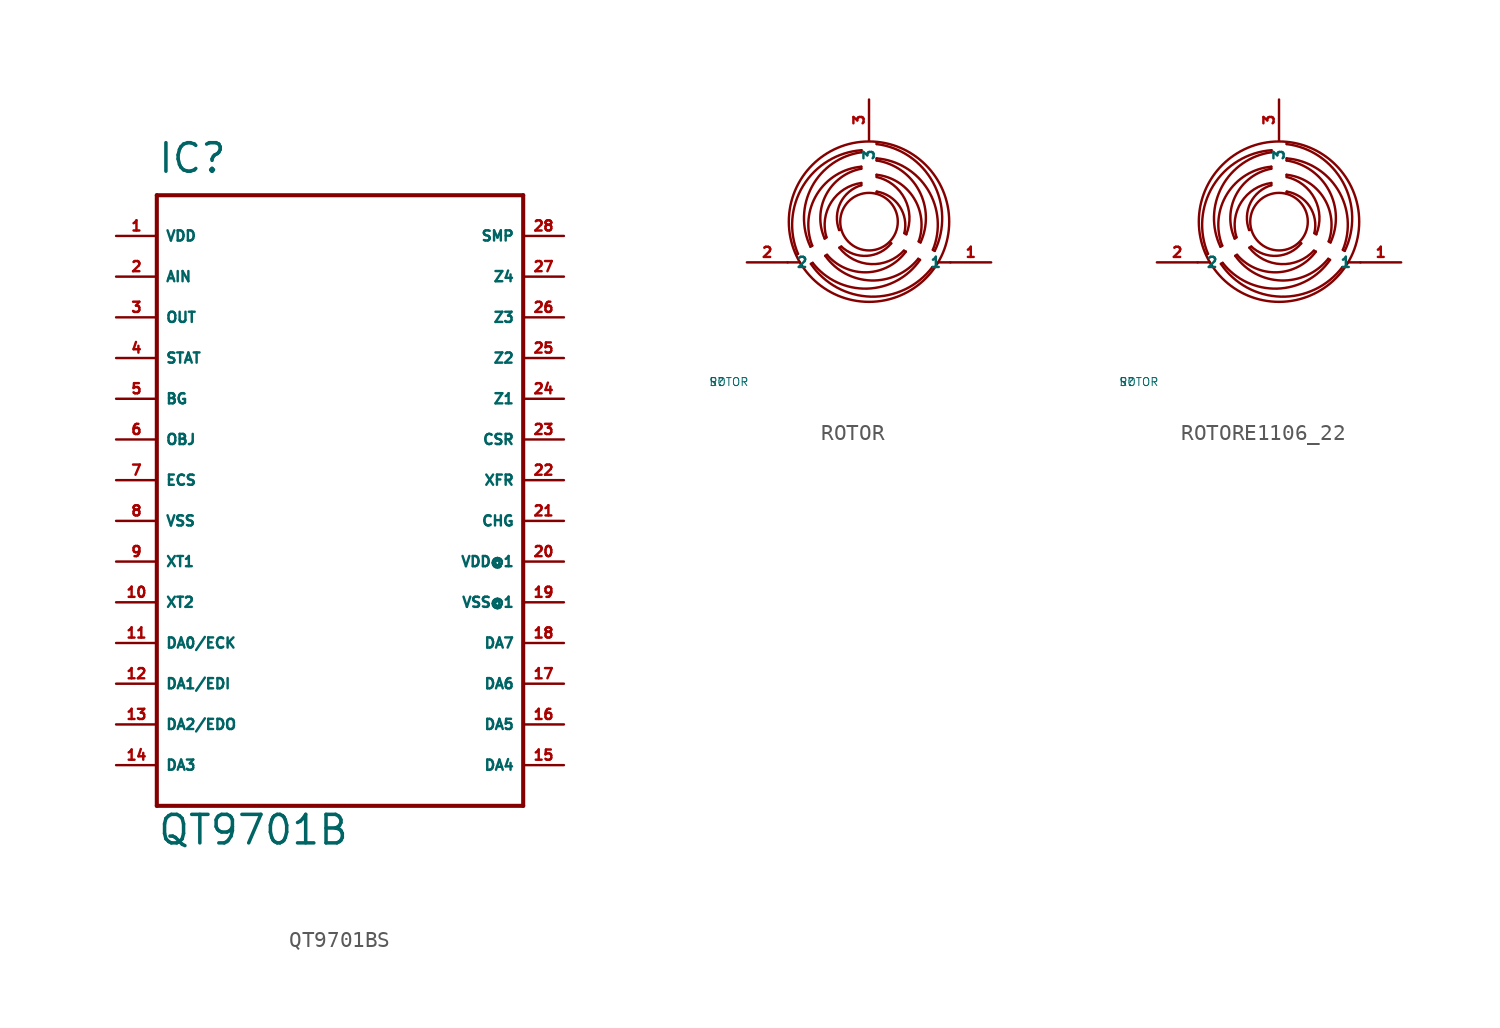
<source format=kicad_sym>
(kicad_symbol_lib
  (version 20220914)
  (generator Eagle2Kicad)
  (symbol "QT9701BS"
    (property "Reference" "IC"
      (at -10.16 19.05 0)
      (effects (font (size 1.778 1.778) (thickness 0.22)) (justify left bottom)))
    (property "Value" "QT9701B"
      (at -10.16 -22.86 0)
      (effects (font (size 1.778 1.778) (thickness 0.22)) (justify left bottom)))
    (polyline
      (pts (xy -10.16 17.78) (xy 12.7 17.78))
      (stroke (width 0.254) (type default))
      (fill (type none)))
    (polyline
      (pts (xy 12.7 17.78) (xy 12.7 -20.32))
      (stroke (width 0.254) (type default))
      (fill (type none)))
    (polyline
      (pts (xy 12.7 -20.32) (xy -10.16 -20.32))
      (stroke (width 0.254) (type default))
      (fill (type none)))
    (polyline
      (pts (xy -10.16 -20.32) (xy -10.16 17.78))
      (stroke (width 0.254) (type default))
      (fill (type none)))
    (pin input line
      (at -12.7 15.24 0)
      (length 2.54)
      (name "VDD" (effects (font (size 0.635 0.635) (thickness 0.08)) (justify left bottom)))
      (number "1" (effects (font (size 0.635 0.635) (thickness 0.08)) (justify left bottom))))
    (pin input line
      (at -12.7 12.7 0)
      (length 2.54)
      (name "AIN" (effects (font (size 0.635 0.635) (thickness 0.08)) (justify left bottom)))
      (number "2" (effects (font (size 0.635 0.635) (thickness 0.08)) (justify left bottom))))
    (pin output line
      (at -12.7 10.16 0)
      (length 2.54)
      (name "OUT" (effects (font (size 0.635 0.635) (thickness 0.08)) (justify left bottom)))
      (number "3" (effects (font (size 0.635 0.635) (thickness 0.08)) (justify left bottom))))
    (pin output line
      (at -12.7 7.62 0)
      (length 2.54)
      (name "STAT" (effects (font (size 0.635 0.635) (thickness 0.08)) (justify left bottom)))
      (number "4" (effects (font (size 0.635 0.635) (thickness 0.08)) (justify left bottom))))
    (pin input line
      (at -12.7 5.08 0)
      (length 2.54)
      (name "BG" (effects (font (size 0.635 0.635) (thickness 0.08)) (justify left bottom)))
      (number "5" (effects (font (size 0.635 0.635) (thickness 0.08)) (justify left bottom))))
    (pin input line
      (at -12.7 2.54 0)
      (length 2.54)
      (name "OBJ" (effects (font (size 0.635 0.635) (thickness 0.08)) (justify left bottom)))
      (number "6" (effects (font (size 0.635 0.635) (thickness 0.08)) (justify left bottom))))
    (pin output line
      (at -12.7 0 0)
      (length 2.54)
      (name "ECS" (effects (font (size 0.635 0.635) (thickness 0.08)) (justify left bottom)))
      (number "7" (effects (font (size 0.635 0.635) (thickness 0.08)) (justify left bottom))))
    (pin input line
      (at -12.7 -2.54 0)
      (length 2.54)
      (name "VSS" (effects (font (size 0.635 0.635) (thickness 0.08)) (justify left bottom)))
      (number "8" (effects (font (size 0.635 0.635) (thickness 0.08)) (justify left bottom))))
    (pin input line
      (at -12.7 -5.08 0)
      (length 2.54)
      (name "XT1" (effects (font (size 0.635 0.635) (thickness 0.08)) (justify left bottom)))
      (number "9" (effects (font (size 0.635 0.635) (thickness 0.08)) (justify left bottom))))
    (pin output line
      (at -12.7 -7.62 0)
      (length 2.54)
      (name "XT2" (effects (font (size 0.635 0.635) (thickness 0.08)) (justify left bottom)))
      (number "10" (effects (font (size 0.635 0.635) (thickness 0.08)) (justify left bottom))))
    (pin output line
      (at -12.7 -12.7 0)
      (length 2.54)
      (name "DA1/EDI" (effects (font (size 0.635 0.635) (thickness 0.08)) (justify left bottom)))
      (number "12" (effects (font (size 0.635 0.635) (thickness 0.08)) (justify left bottom))))
    (pin output line
      (at -12.7 -15.24 0)
      (length 2.54)
      (name "DA2/EDO" (effects (font (size 0.635 0.635) (thickness 0.08)) (justify left bottom)))
      (number "13" (effects (font (size 0.635 0.635) (thickness 0.08)) (justify left bottom))))
    (pin output line
      (at -12.7 -17.78 0)
      (length 2.54)
      (name "DA3" (effects (font (size 0.635 0.635) (thickness 0.08)) (justify left bottom)))
      (number "14" (effects (font (size 0.635 0.635) (thickness 0.08)) (justify left bottom))))
    (pin output line
      (at -12.7 -10.16 0)
      (length 2.54)
      (name "DA0/ECK" (effects (font (size 0.635 0.635) (thickness 0.08)) (justify left bottom)))
      (number "11" (effects (font (size 0.635 0.635) (thickness 0.08)) (justify left bottom))))
    (pin output line
      (at 15.24 -17.78 180)
      (length 2.54)
      (name "DA4" (effects (font (size 0.635 0.635) (thickness 0.08)) (justify left bottom)))
      (number "15" (effects (font (size 0.635 0.635) (thickness 0.08)) (justify left bottom))))
    (pin output line
      (at 15.24 -15.24 180)
      (length 2.54)
      (name "DA5" (effects (font (size 0.635 0.635) (thickness 0.08)) (justify left bottom)))
      (number "16" (effects (font (size 0.635 0.635) (thickness 0.08)) (justify left bottom))))
    (pin output line
      (at 15.24 -12.7 180)
      (length 2.54)
      (name "DA6" (effects (font (size 0.635 0.635) (thickness 0.08)) (justify left bottom)))
      (number "17" (effects (font (size 0.635 0.635) (thickness 0.08)) (justify left bottom))))
    (pin output line
      (at 15.24 -10.16 180)
      (length 2.54)
      (name "DA7" (effects (font (size 0.635 0.635) (thickness 0.08)) (justify left bottom)))
      (number "18" (effects (font (size 0.635 0.635) (thickness 0.08)) (justify left bottom))))
    (pin input line
      (at 15.24 -7.62 180)
      (length 2.54)
      (name "VSS@1" (effects (font (size 0.635 0.635) (thickness 0.08)) (justify left bottom)))
      (number "19" (effects (font (size 0.635 0.635) (thickness 0.08)) (justify left bottom))))
    (pin input line
      (at 15.24 -5.08 180)
      (length 2.54)
      (name "VDD@1" (effects (font (size 0.635 0.635) (thickness 0.08)) (justify left bottom)))
      (number "20" (effects (font (size 0.635 0.635) (thickness 0.08)) (justify left bottom))))
    (pin output line
      (at 15.24 -2.54 180)
      (length 2.54)
      (name "CHG" (effects (font (size 0.635 0.635) (thickness 0.08)) (justify left bottom)))
      (number "21" (effects (font (size 0.635 0.635) (thickness 0.08)) (justify left bottom))))
    (pin output line
      (at 15.24 0 180)
      (length 2.54)
      (name "XFR" (effects (font (size 0.635 0.635) (thickness 0.08)) (justify left bottom)))
      (number "22" (effects (font (size 0.635 0.635) (thickness 0.08)) (justify left bottom))))
    (pin output line
      (at 15.24 2.54 180)
      (length 2.54)
      (name "CSR" (effects (font (size 0.635 0.635) (thickness 0.08)) (justify left bottom)))
      (number "23" (effects (font (size 0.635 0.635) (thickness 0.08)) (justify left bottom))))
    (pin output line
      (at 15.24 5.08 180)
      (length 2.54)
      (name "Z1" (effects (font (size 0.635 0.635) (thickness 0.08)) (justify left bottom)))
      (number "24" (effects (font (size 0.635 0.635) (thickness 0.08)) (justify left bottom))))
    (pin output line
      (at 15.24 7.62 180)
      (length 2.54)
      (name "Z2" (effects (font (size 0.635 0.635) (thickness 0.08)) (justify left bottom)))
      (number "25" (effects (font (size 0.635 0.635) (thickness 0.08)) (justify left bottom))))
    (pin output line
      (at 15.24 10.16 180)
      (length 2.54)
      (name "Z3" (effects (font (size 0.635 0.635) (thickness 0.08)) (justify left bottom)))
      (number "26" (effects (font (size 0.635 0.635) (thickness 0.08)) (justify left bottom))))
    (pin output line
      (at 15.24 12.7 180)
      (length 2.54)
      (name "Z4" (effects (font (size 0.635 0.635) (thickness 0.08)) (justify left bottom)))
      (number "27" (effects (font (size 0.635 0.635) (thickness 0.08)) (justify left bottom))))
    (pin output line
      (at 15.24 15.24 180)
      (length 2.54)
      (name "SMP" (effects (font (size 0.635 0.635) (thickness 0.08)) (justify left bottom)))
      (number "28" (effects (font (size 0.635 0.635) (thickness 0.08)) (justify left bottom)))))
  (symbol "ROTOR"
    (property "Reference" "S"
      (at -10 -10 0)
      (effects (font (size 0.5 0.5) (thickness 0.06)) (justify left)))
    (property "Value" "ROTOR"
      (at -10 -10 0)
      (effects (font (size 0.5 0.5) (thickness 0.06)) (justify left)))
    (polyline
      (pts (xy -5.08 -2.54) (xy -4.318 -2.54))
      (stroke (width 0.152) (type default))
      (fill (type none)))
    (polyline
      (pts (xy 5.08 -2.54) (xy 4.318 -2.54))
      (stroke (width 0.152) (type default))
      (fill (type none)))
    (polyline
      (pts (xy -4.521 -2.057) (xy -4.432 -2.007))
      (stroke (width 0.152) (type default))
      (fill (type none)))
    (arc
      (start -0.4699 4.4577)
      (mid -4.109 2.242)
      (end -4.4323 -2.0066)
      (stroke (width 0.1524) (type default))
      (fill (type none)))
    (polyline
      (pts (xy -0.47 4.458) (xy -0.47 4.331))
      (stroke (width 0.152) (type default))
      (fill (type none)))
    (arc
      (start -0.4699 4.3307)
      (mid -3.558 2.192)
      (end -3.6576 -1.5621)
      (stroke (width 0.1524) (type default))
      (fill (type none)))
    (polyline
      (pts (xy -3.658 -1.562) (xy -3.543 -1.499))
      (stroke (width 0.152) (type default))
      (fill (type none)))
    (arc
      (start -0.4826 3.429)
      (mid -3.241 1.728)
      (end -3.5433 -1.4986)
      (stroke (width 0.1524) (type default))
      (fill (type none)))
    (polyline
      (pts (xy -0.483 3.429) (xy -0.483 3.302))
      (stroke (width 0.152) (type default))
      (fill (type none)))
    (arc
      (start -0.4826 3.302)
      (mid -2.679 1.677)
      (end -2.7686 -1.0541)
      (stroke (width 0.1524) (type default))
      (fill (type none)))
    (polyline
      (pts (xy -2.769 -1.054) (xy -2.654 -0.978))
      (stroke (width 0.152) (type default))
      (fill (type none)))
    (arc
      (start -0.4826 2.413)
      (mid -2.353 1.220)
      (end -2.6543 -0.9779)
      (stroke (width 0.1524) (type default))
      (fill (type none)))
    (polyline
      (pts (xy -0.483 2.413) (xy -0.483 2.273))
      (stroke (width 0.152) (type default))
      (fill (type none)))
    (arc
      (start -0.4826 2.2733)
      (mid -1.782 1.177)
      (end -1.8669 -0.5207)
      (stroke (width 0.1524) (type default))
      (fill (type none)))
    (polyline
      (pts (xy -1.867 -0.521) (xy -1.753 -0.483))
      (stroke (width 0.152) (type default))
      (fill (type none)))
    (polyline
      (pts (xy 4.042 -2.887) (xy 3.954 -2.835))
      (stroke (width 0.152) (type default))
      (fill (type none)))
    (arc
      (start -3.6255 -2.6357)
      (mid 0.113 -4.680)
      (end 3.9539 -2.8351)
      (stroke (width 0.1524) (type default))
      (fill (type none)))
    (polyline
      (pts (xy -3.626 -2.636) (xy -3.515 -2.572))
      (stroke (width 0.152) (type default))
      (fill (type none)))
    (arc
      (start -3.5155 -2.5722)
      (mid -0.120 -4.178)
      (end 3.1816 -2.3865)
      (stroke (width 0.1524) (type default))
      (fill (type none)))
    (polyline
      (pts (xy 3.182 -2.386) (xy 3.069 -2.319))
      (stroke (width 0.152) (type default))
      (fill (type none)))
    (arc
      (start -2.7283 -2.1324)
      (mid 0.124 -3.670)
      (end 3.0694 -2.3192)
      (stroke (width 0.1524) (type default))
      (fill (type none)))
    (polyline
      (pts (xy -2.728 -2.132) (xy -2.618 -2.069))
      (stroke (width 0.152) (type default))
      (fill (type none)))
    (arc
      (start -2.6183 -2.0689)
      (mid -0.113 -3.159)
      (end 2.2971 -1.8706)
      (stroke (width 0.1524) (type default))
      (fill (type none)))
    (polyline
      (pts (xy 2.297 -1.871) (xy 2.174 -1.81))
      (stroke (width 0.152) (type default))
      (fill (type none)))
    (arc
      (start -1.8484 -1.6244)
      (mid 0.120 -2.648)
      (end 2.174 -1.8097)
      (stroke (width 0.1524) (type default))
      (fill (type none)))
    (polyline
      (pts (xy -1.848 -1.624) (xy -1.727 -1.554))
      (stroke (width 0.152) (type default))
      (fill (type none)))
    (arc
      (start -1.7274 -1.5545)
      (mid -0.128 -2.132)
      (end 1.3843 -1.3564)
      (stroke (width 0.1524) (type default))
      (fill (type none)))
    (polyline
      (pts (xy 1.384 -1.356) (xy 1.294 -1.276))
      (stroke (width 0.152) (type default))
      (fill (type none)))
    (polyline
      (pts (xy 0.479 4.944) (xy 0.478 4.842))
      (stroke (width 0.152) (type default))
      (fill (type none)))
    (arc
      (start 4.0954 -1.8219)
      (mid 3.996 2.438)
      (end 0.4783 4.8417)
      (stroke (width 0.1524) (type default))
      (fill (type none)))
    (polyline
      (pts (xy 4.095 -1.822) (xy 3.985 -1.758))
      (stroke (width 0.152) (type default))
      (fill (type none)))
    (arc
      (start 3.9854 -1.7584)
      (mid 3.678 1.985)
      (end 0.4759 3.9486)
      (stroke (width 0.1524) (type default))
      (fill (type none)))
    (polyline
      (pts (xy 0.476 3.949) (xy 0.474 3.818))
      (stroke (width 0.152) (type default))
      (fill (type none)))
    (arc
      (start 3.2109 -1.2965)
      (mid 3.117 1.943)
      (end 0.4738 3.8178)
      (stroke (width 0.1524) (type default))
      (fill (type none)))
    (polyline
      (pts (xy 3.211 -1.296) (xy 3.101 -1.233))
      (stroke (width 0.152) (type default))
      (fill (type none)))
    (arc
      (start 3.1009 -1.233)
      (mid 2.792 1.482)
      (end 0.4714 2.9247)
      (stroke (width 0.1524) (type default))
      (fill (type none)))
    (polyline
      (pts (xy 0.471 2.925) (xy 0.48 2.788))
      (stroke (width 0.152) (type default))
      (fill (type none)))
    (arc
      (start 2.331 -0.7885)
      (mid 2.233 1.428)
      (end 0.4802 2.7876)
      (stroke (width 0.1524) (type default))
      (fill (type none)))
    (polyline
      (pts (xy 2.331 -0.788) (xy 2.21 -0.719))
      (stroke (width 0.152) (type default))
      (fill (type none)))
    (arc
      (start 2.21 -0.7187)
      (mid 1.911 0.955)
      (end 0.4825 1.8771)
      (stroke (width 0.1524) (type default))
      (fill (type none)))
    (polyline
      (pts (xy 0.482 1.877) (xy 0.458 1.759))
      (stroke (width 0.152) (type default))
      (fill (type none)))
    (circle
      (center 0 0)
      (radius 5.004)
      (stroke (width 0.152) (type default))
      (fill (type none)))
    (circle
      (center 0 0)
      (radius 1.796)
      (stroke (width 0.152) (type default))
      (fill (type none)))
    (pin passive line
      (at 7.62 -2.54 180)
      (length 2.54)
      (name "1" (effects (font (size 0.635 0.635) (thickness 0.08)) (justify left bottom)))
      (number "1" (effects (font (size 0.635 0.635) (thickness 0.08)) (justify left bottom))))
    (pin passive line
      (at -7.62 -2.54 0)
      (length 2.54)
      (name "2" (effects (font (size 0.635 0.635) (thickness 0.08)) (justify left bottom)))
      (number "2" (effects (font (size 0.635 0.635) (thickness 0.08)) (justify left bottom))))
    (pin passive line
      (at 0 7.62 270)
      (length 2.54)
      (name "3" (effects (font (size 0.635 0.635) (thickness 0.08)) (justify left bottom)))
      (number "3" (effects (font (size 0.635 0.635) (thickness 0.08)) (justify left bottom)))))
  (symbol "ROTORE1106_22"
    (property "Reference" "S"
      (at -10 -10 0)
      (effects (font (size 0.5 0.5) (thickness 0.06)) (justify left)))
    (property "Value" "ROTOR"
      (at -10 -10 0)
      (effects (font (size 0.5 0.5) (thickness 0.06)) (justify left)))
    (polyline
      (pts (xy -5.08 -2.54) (xy -4.318 -2.54))
      (stroke (width 0.152) (type default))
      (fill (type none)))
    (polyline
      (pts (xy 5.08 -2.54) (xy 4.318 -2.54))
      (stroke (width 0.152) (type default))
      (fill (type none)))
    (polyline
      (pts (xy -4.521 -2.057) (xy -4.432 -2.007))
      (stroke (width 0.152) (type default))
      (fill (type none)))
    (arc
      (start -0.4699 4.4577)
      (mid -4.109 2.242)
      (end -4.4323 -2.0066)
      (stroke (width 0.1524) (type default))
      (fill (type none)))
    (polyline
      (pts (xy -0.47 4.458) (xy -0.47 4.331))
      (stroke (width 0.152) (type default))
      (fill (type none)))
    (arc
      (start -0.4699 4.3307)
      (mid -3.558 2.192)
      (end -3.6576 -1.5621)
      (stroke (width 0.1524) (type default))
      (fill (type none)))
    (polyline
      (pts (xy -3.658 -1.562) (xy -3.543 -1.499))
      (stroke (width 0.152) (type default))
      (fill (type none)))
    (arc
      (start -0.4826 3.429)
      (mid -3.241 1.728)
      (end -3.5433 -1.4986)
      (stroke (width 0.1524) (type default))
      (fill (type none)))
    (polyline
      (pts (xy -0.483 3.429) (xy -0.483 3.302))
      (stroke (width 0.152) (type default))
      (fill (type none)))
    (arc
      (start -0.4826 3.302)
      (mid -2.679 1.677)
      (end -2.7686 -1.0541)
      (stroke (width 0.1524) (type default))
      (fill (type none)))
    (polyline
      (pts (xy -2.769 -1.054) (xy -2.654 -0.978))
      (stroke (width 0.152) (type default))
      (fill (type none)))
    (arc
      (start -0.4826 2.413)
      (mid -2.353 1.220)
      (end -2.6543 -0.9779)
      (stroke (width 0.1524) (type default))
      (fill (type none)))
    (polyline
      (pts (xy -0.483 2.413) (xy -0.483 2.273))
      (stroke (width 0.152) (type default))
      (fill (type none)))
    (arc
      (start -0.4826 2.2733)
      (mid -1.782 1.177)
      (end -1.8669 -0.5207)
      (stroke (width 0.1524) (type default))
      (fill (type none)))
    (polyline
      (pts (xy -1.867 -0.521) (xy -1.753 -0.483))
      (stroke (width 0.152) (type default))
      (fill (type none)))
    (polyline
      (pts (xy 4.042 -2.887) (xy 3.954 -2.835))
      (stroke (width 0.152) (type default))
      (fill (type none)))
    (arc
      (start -3.6255 -2.6357)
      (mid 0.113 -4.680)
      (end 3.9539 -2.8351)
      (stroke (width 0.1524) (type default))
      (fill (type none)))
    (polyline
      (pts (xy -3.626 -2.636) (xy -3.515 -2.572))
      (stroke (width 0.152) (type default))
      (fill (type none)))
    (arc
      (start -3.5155 -2.5722)
      (mid -0.120 -4.178)
      (end 3.1816 -2.3865)
      (stroke (width 0.1524) (type default))
      (fill (type none)))
    (polyline
      (pts (xy 3.182 -2.386) (xy 3.069 -2.319))
      (stroke (width 0.152) (type default))
      (fill (type none)))
    (arc
      (start -2.7283 -2.1324)
      (mid 0.124 -3.670)
      (end 3.0694 -2.3192)
      (stroke (width 0.1524) (type default))
      (fill (type none)))
    (polyline
      (pts (xy -2.728 -2.132) (xy -2.618 -2.069))
      (stroke (width 0.152) (type default))
      (fill (type none)))
    (arc
      (start -2.6183 -2.0689)
      (mid -0.113 -3.159)
      (end 2.2971 -1.8706)
      (stroke (width 0.1524) (type default))
      (fill (type none)))
    (polyline
      (pts (xy 2.297 -1.871) (xy 2.174 -1.81))
      (stroke (width 0.152) (type default))
      (fill (type none)))
    (arc
      (start -1.8484 -1.6244)
      (mid 0.120 -2.648)
      (end 2.174 -1.8097)
      (stroke (width 0.1524) (type default))
      (fill (type none)))
    (polyline
      (pts (xy -1.848 -1.624) (xy -1.727 -1.554))
      (stroke (width 0.152) (type default))
      (fill (type none)))
    (arc
      (start -1.7274 -1.5545)
      (mid -0.128 -2.132)
      (end 1.3843 -1.3564)
      (stroke (width 0.1524) (type default))
      (fill (type none)))
    (polyline
      (pts (xy 1.384 -1.356) (xy 1.294 -1.276))
      (stroke (width 0.152) (type default))
      (fill (type none)))
    (polyline
      (pts (xy 0.479 4.944) (xy 0.478 4.842))
      (stroke (width 0.152) (type default))
      (fill (type none)))
    (arc
      (start 4.0954 -1.8219)
      (mid 3.996 2.438)
      (end 0.4783 4.8417)
      (stroke (width 0.1524) (type default))
      (fill (type none)))
    (polyline
      (pts (xy 4.095 -1.822) (xy 3.985 -1.758))
      (stroke (width 0.152) (type default))
      (fill (type none)))
    (arc
      (start 3.9854 -1.7584)
      (mid 3.678 1.985)
      (end 0.4759 3.9486)
      (stroke (width 0.1524) (type default))
      (fill (type none)))
    (polyline
      (pts (xy 0.476 3.949) (xy 0.474 3.818))
      (stroke (width 0.152) (type default))
      (fill (type none)))
    (arc
      (start 3.2109 -1.2965)
      (mid 3.117 1.943)
      (end 0.4738 3.8178)
      (stroke (width 0.1524) (type default))
      (fill (type none)))
    (polyline
      (pts (xy 3.211 -1.296) (xy 3.101 -1.233))
      (stroke (width 0.152) (type default))
      (fill (type none)))
    (arc
      (start 3.1009 -1.233)
      (mid 2.792 1.482)
      (end 0.4714 2.9247)
      (stroke (width 0.1524) (type default))
      (fill (type none)))
    (polyline
      (pts (xy 0.471 2.925) (xy 0.48 2.788))
      (stroke (width 0.152) (type default))
      (fill (type none)))
    (arc
      (start 2.331 -0.7885)
      (mid 2.233 1.428)
      (end 0.4802 2.7876)
      (stroke (width 0.1524) (type default))
      (fill (type none)))
    (polyline
      (pts (xy 2.331 -0.788) (xy 2.21 -0.719))
      (stroke (width 0.152) (type default))
      (fill (type none)))
    (arc
      (start 2.21 -0.7187)
      (mid 1.911 0.955)
      (end 0.4825 1.8771)
      (stroke (width 0.1524) (type default))
      (fill (type none)))
    (polyline
      (pts (xy 0.482 1.877) (xy 0.458 1.759))
      (stroke (width 0.152) (type default))
      (fill (type none)))
    (circle
      (center 0 0)
      (radius 5.004)
      (stroke (width 0.152) (type default))
      (fill (type none)))
    (circle
      (center 0 0)
      (radius 1.796)
      (stroke (width 0.152) (type default))
      (fill (type none)))
    (pin passive line
      (at 7.62 -2.54 180)
      (length 2.54)
      (name "1" (effects (font (size 0.635 0.635) (thickness 0.08)) (justify left bottom)))
      (number "1" (effects (font (size 0.635 0.635) (thickness 0.08)) (justify left bottom))))
    (pin passive line
      (at -7.62 -2.54 0)
      (length 2.54)
      (name "2" (effects (font (size 0.635 0.635) (thickness 0.08)) (justify left bottom)))
      (number "2" (effects (font (size 0.635 0.635) (thickness 0.08)) (justify left bottom))))
    (pin passive line
      (at 0 7.62 270)
      (length 2.54)
      (name "3" (effects (font (size 0.635 0.635) (thickness 0.08)) (justify left bottom)))
      (number "3" (effects (font (size 0.635 0.635) (thickness 0.08)) (justify left bottom))))))
</source>
